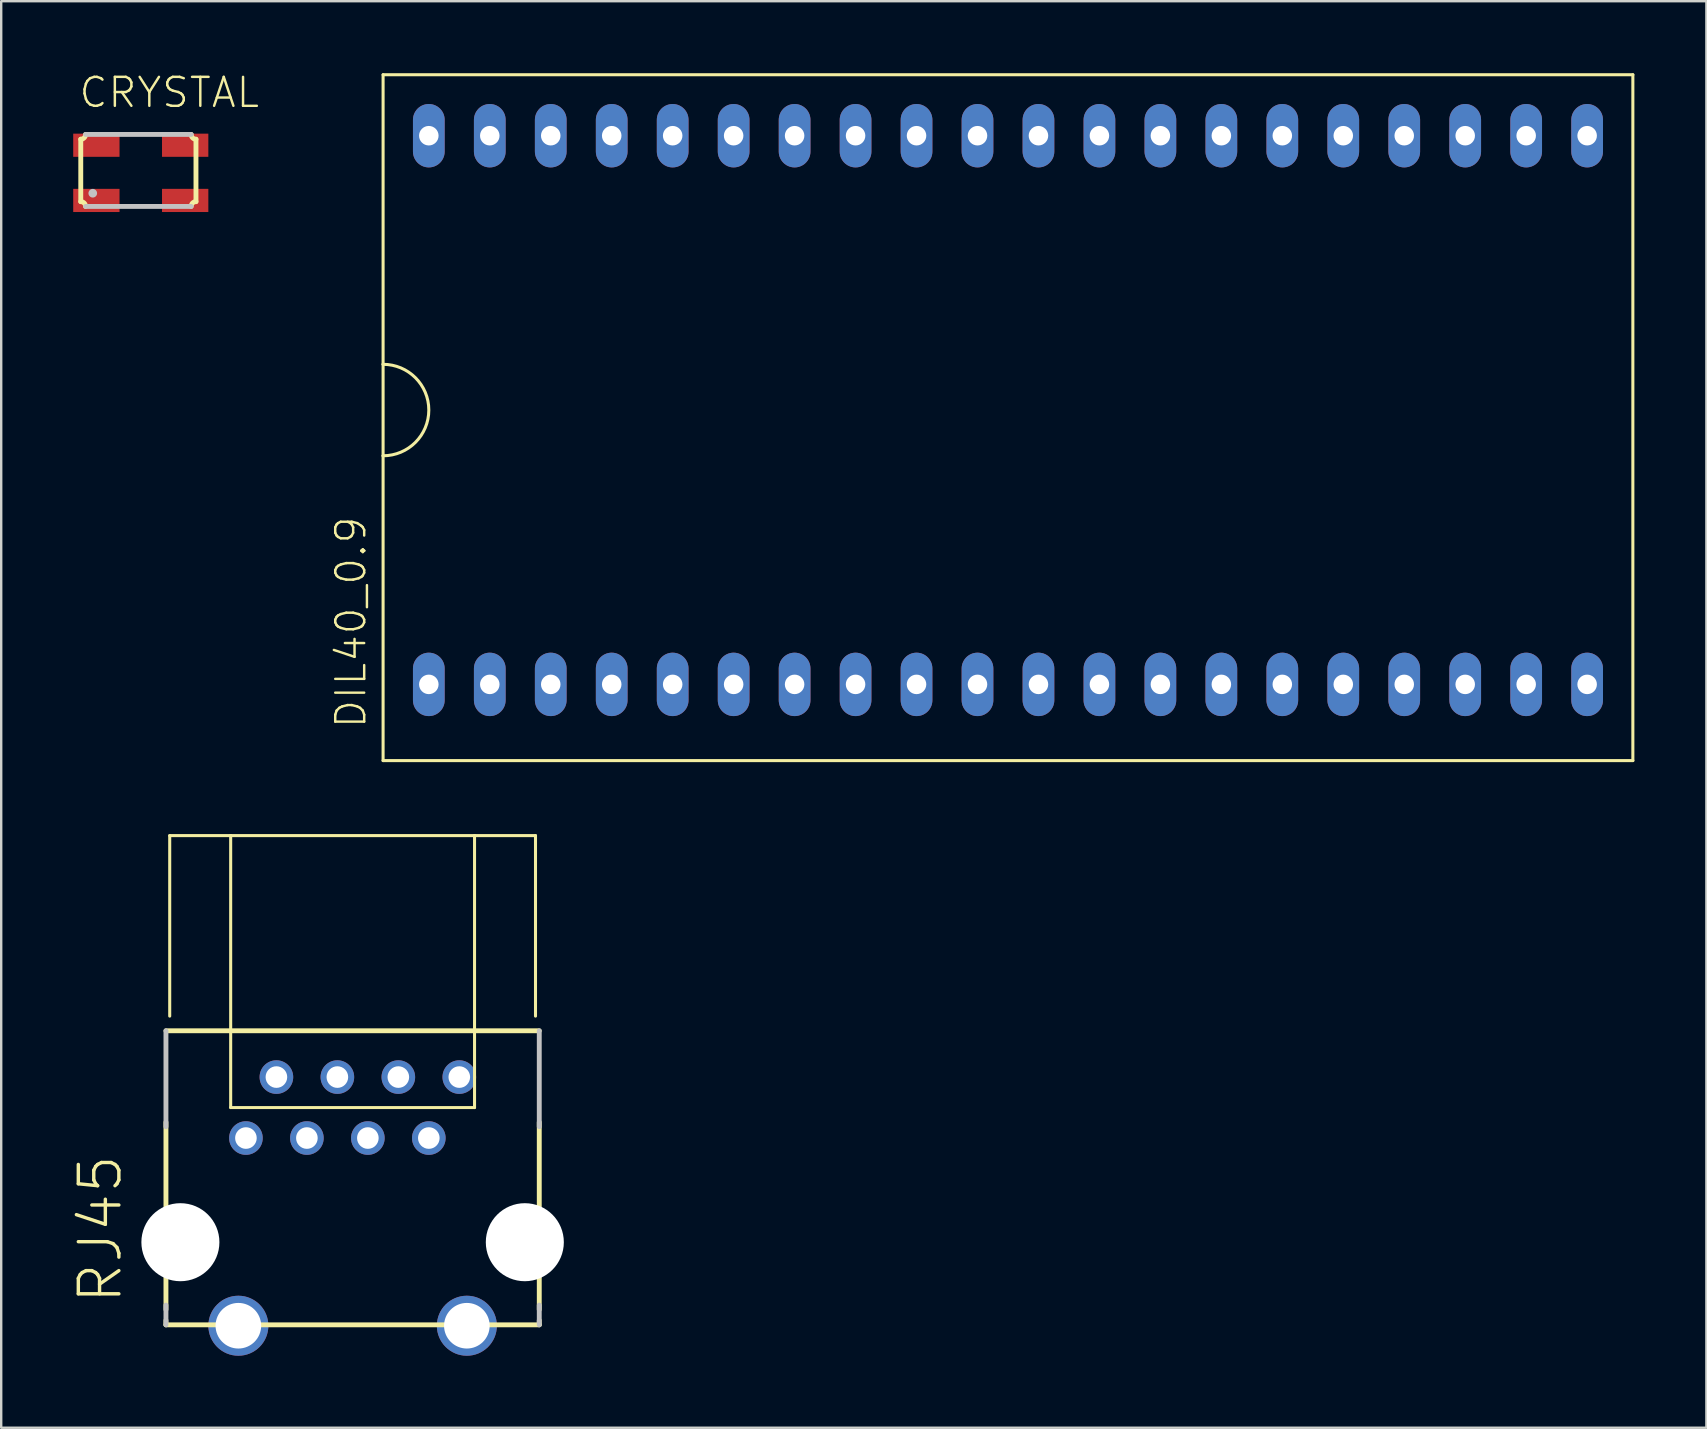
<source format=kicad_pcb>
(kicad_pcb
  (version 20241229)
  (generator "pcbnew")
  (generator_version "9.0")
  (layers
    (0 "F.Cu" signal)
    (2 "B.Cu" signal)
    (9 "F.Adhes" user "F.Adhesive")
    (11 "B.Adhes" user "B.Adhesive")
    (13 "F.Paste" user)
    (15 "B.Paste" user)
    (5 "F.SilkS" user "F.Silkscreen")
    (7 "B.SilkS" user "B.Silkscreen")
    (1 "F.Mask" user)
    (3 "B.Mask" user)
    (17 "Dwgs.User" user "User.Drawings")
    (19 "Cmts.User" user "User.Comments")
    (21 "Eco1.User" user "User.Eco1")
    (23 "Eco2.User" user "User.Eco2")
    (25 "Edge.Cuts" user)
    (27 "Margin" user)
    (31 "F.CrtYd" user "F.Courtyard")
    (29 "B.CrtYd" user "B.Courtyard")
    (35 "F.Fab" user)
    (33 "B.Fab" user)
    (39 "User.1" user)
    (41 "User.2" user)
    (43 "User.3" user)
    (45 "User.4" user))
  (footprint "DIL40_0.9"
    (layer "F.Cu")
    (at 37.676 14.034)
    (property "Reference" "DIL40_0.9" (at -25.4 13.335 90) (layer "F.SilkS") (effects (font (size 1.206 1.206) (thickness 0.102)) (justify left bottom)))
    (attr through_hole)
    (fp_line (start -24.765 -13.97) (end -24.765 -1.905) (stroke (width 0.127) (type solid)) (layer "F.SilkS"))
    (fp_line (start -24.765 -1.905) (end -24.765 1.905) (stroke (width 0.127) (type solid)) (layer "F.SilkS"))
    (fp_line (start -24.765 1.905) (end -24.765 14.605) (stroke (width 0.127) (type solid)) (layer "F.SilkS"))
    (fp_line (start -24.765 14.605) (end 27.305 14.605) (stroke (width 0.127) (type solid)) (layer "F.SilkS"))
    (fp_line (start 27.305 -13.97) (end -24.765 -13.97) (stroke (width 0.127) (type solid)) (layer "F.SilkS"))
    (fp_line (start 27.305 14.605) (end 27.305 -13.97) (stroke (width 0.127) (type solid)) (layer "F.SilkS"))
    (fp_arc (start -24.765 -1.905) (mid -22.86 0) (end -24.765 1.905) (stroke (width 0.127) (type solid)) (layer "F.SilkS"))
    (pad "1" thru_hole oval (at -22.86 11.43 90) (size 2.642 1.321) (drill 0.813) (layers "*.Cu" "*.Mask"))
    (pad "2" thru_hole oval (at -20.32 11.43 90) (size 2.642 1.321) (drill 0.813) (layers "*.Cu" "*.Mask"))
    (pad "3" thru_hole oval (at -17.78 11.43 90) (size 2.642 1.321) (drill 0.813) (layers "*.Cu" "*.Mask"))
    (pad "4" thru_hole oval (at -15.24 11.43 90) (size 2.642 1.321) (drill 0.813) (layers "*.Cu" "*.Mask"))
    (pad "5" thru_hole oval (at -12.7 11.43 90) (size 2.642 1.321) (drill 0.813) (layers "*.Cu" "*.Mask"))
    (pad "6" thru_hole oval (at -10.16 11.43 90) (size 2.642 1.321) (drill 0.813) (layers "*.Cu" "*.Mask"))
    (pad "7" thru_hole oval (at -7.62 11.43 90) (size 2.642 1.321) (drill 0.813) (layers "*.Cu" "*.Mask"))
    (pad "8" thru_hole oval (at -5.08 11.43 90) (size 2.642 1.321) (drill 0.813) (layers "*.Cu" "*.Mask"))
    (pad "9" thru_hole oval (at -2.54 11.43 90) (size 2.642 1.321) (drill 0.813) (layers "*.Cu" "*.Mask"))
    (pad "10" thru_hole oval (at 0 11.43 90) (size 2.642 1.321) (drill 0.813) (layers "*.Cu" "*.Mask"))
    (pad "11" thru_hole oval (at 2.54 11.43 90) (size 2.642 1.321) (drill 0.813) (layers "*.Cu" "*.Mask"))
    (pad "12" thru_hole oval (at 5.08 11.43 90) (size 2.642 1.321) (drill 0.813) (layers "*.Cu" "*.Mask"))
    (pad "13" thru_hole oval (at 7.62 11.43 90) (size 2.642 1.321) (drill 0.813) (layers "*.Cu" "*.Mask"))
    (pad "14" thru_hole oval (at 10.16 11.43 90) (size 2.642 1.321) (drill 0.813) (layers "*.Cu" "*.Mask"))
    (pad "15" thru_hole oval (at 12.7 11.43 90) (size 2.642 1.321) (drill 0.813) (layers "*.Cu" "*.Mask"))
    (pad "16" thru_hole oval (at 15.24 11.43 90) (size 2.642 1.321) (drill 0.813) (layers "*.Cu" "*.Mask"))
    (pad "17" thru_hole oval (at 17.78 11.43 90) (size 2.642 1.321) (drill 0.813) (layers "*.Cu" "*.Mask"))
    (pad "18" thru_hole oval (at 20.32 11.43 90) (size 2.642 1.321) (drill 0.813) (layers "*.Cu" "*.Mask"))
    (pad "19" thru_hole oval (at 22.86 11.43 90) (size 2.642 1.321) (drill 0.813) (layers "*.Cu" "*.Mask"))
    (pad "20" thru_hole oval (at 25.4 11.43 90) (size 2.642 1.321) (drill 0.813) (layers "*.Cu" "*.Mask"))
    (pad "21" thru_hole oval (at 25.4 -11.43 90) (size 2.642 1.321) (drill 0.813) (layers "*.Cu" "*.Mask"))
    (pad "22" thru_hole oval (at 22.86 -11.43 90) (size 2.642 1.321) (drill 0.813) (layers "*.Cu" "*.Mask"))
    (pad "23" thru_hole oval (at 20.32 -11.43 90) (size 2.642 1.321) (drill 0.813) (layers "*.Cu" "*.Mask"))
    (pad "24" thru_hole oval (at 17.78 -11.43 90) (size 2.642 1.321) (drill 0.813) (layers "*.Cu" "*.Mask"))
    (pad "25" thru_hole oval (at 15.24 -11.43 90) (size 2.642 1.321) (drill 0.813) (layers "*.Cu" "*.Mask"))
    (pad "26" thru_hole oval (at 12.7 -11.43 90) (size 2.642 1.321) (drill 0.813) (layers "*.Cu" "*.Mask"))
    (pad "27" thru_hole oval (at 10.16 -11.43 90) (size 2.642 1.321) (drill 0.813) (layers "*.Cu" "*.Mask"))
    (pad "28" thru_hole oval (at 7.62 -11.43 90) (size 2.642 1.321) (drill 0.813) (layers "*.Cu" "*.Mask"))
    (pad "29" thru_hole oval (at 5.08 -11.43 90) (size 2.642 1.321) (drill 0.813) (layers "*.Cu" "*.Mask"))
    (pad "30" thru_hole oval (at 2.54 -11.43 90) (size 2.642 1.321) (drill 0.813) (layers "*.Cu" "*.Mask"))
    (pad "31" thru_hole oval (at 0 -11.43 90) (size 2.642 1.321) (drill 0.813) (layers "*.Cu" "*.Mask"))
    (pad "32" thru_hole oval (at -2.54 -11.43 90) (size 2.642 1.321) (drill 0.813) (layers "*.Cu" "*.Mask"))
    (pad "33" thru_hole oval (at -5.08 -11.43 90) (size 2.642 1.321) (drill 0.813) (layers "*.Cu" "*.Mask"))
    (pad "34" thru_hole oval (at -7.62 -11.43 90) (size 2.642 1.321) (drill 0.813) (layers "*.Cu" "*.Mask"))
    (pad "35" thru_hole oval (at -10.16 -11.43 90) (size 2.642 1.321) (drill 0.813) (layers "*.Cu" "*.Mask"))
    (pad "36" thru_hole oval (at -12.7 -11.43 90) (size 2.642 1.321) (drill 0.813) (layers "*.Cu" "*.Mask"))
    (pad "37" thru_hole oval (at -15.24 -11.43 90) (size 2.642 1.321) (drill 0.813) (layers "*.Cu" "*.Mask"))
    (pad "38" thru_hole oval (at -17.78 -11.43 90) (size 2.642 1.321) (drill 0.813) (layers "*.Cu" "*.Mask"))
    (pad "39" thru_hole oval (at -20.32 -11.43 90) (size 2.642 1.321) (drill 0.813) (layers "*.Cu" "*.Mask"))
    (pad "40" thru_hole oval (at -22.86 -11.43 90) (size 2.642 1.321) (drill 0.813) (layers "*.Cu" "*.Mask")))
  (footprint "CRYSTAL"
    (layer "F.Cu")
    (at 2.815 4.151)
    (property "Reference" "CRYSTAL" (at -2.64 -2.64 0) (layer "F.SilkS") (effects (font (size 1.206 1.206) (thickness 0.102)) (justify left bottom)))
    (attr through_hole)
    (fp_line (start -2.5 1.2) (end -2.5 -1.4) (stroke (width 0.203) (type solid)) (layer "F.SilkS"))
    (fp_line (start 2.3 -1.4) (end 2.3 1.2) (stroke (width 0.203) (type solid)) (layer "F.SilkS"))
    (fp_arc (start -2.5 1.2) (mid -2.358579 1.258579) (end -2.3 1.4) (stroke (width 0.2032) (type solid)) (layer "F.SilkS"))
    (fp_arc (start -2.3 -1.6) (mid -2.358579 -1.458579) (end -2.5 -1.4) (stroke (width 0.2032) (type solid)) (layer "F.SilkS"))
    (fp_arc (start 2.1 1.4) (mid 2.158579 1.258579) (end 2.3 1.2) (stroke (width 0.2032) (type solid)) (layer "F.SilkS"))
    (fp_arc (start 2.3 -1.4) (mid 2.158579 -1.458579) (end 2.1 -1.6) (stroke (width 0.2032) (type solid)) (layer "F.SilkS"))
    (fp_line (start -2.3 -1.6) (end 2.1 -1.6) (stroke (width 0.203) (type solid)) (layer "Dwgs.User"))
    (fp_line (start 2.1 1.4) (end -2.3 1.4) (stroke (width 0.203) (type solid)) (layer "Dwgs.User"))
    (fp_circle (center -2 0.85) (end -1.82 0.85) (stroke (width 0) (type solid)) (fill yes) (layer "Dwgs.User"))
    (pad "NC1" smd rect (at -1.85 1.15) (size 1.93 0.965) (layers "F.Cu" "F.Mask" "F.Paste"))
    (pad "NC2" smd rect (at 1.85 -1.15 180) (size 1.93 0.965) (layers "F.Cu" "F.Mask" "F.Paste"))
    (pad "O1" smd rect (at -1.85 -1.15 180) (size 1.93 0.965) (layers "F.Cu" "F.Mask" "F.Paste"))
    (pad "O3" smd rect (at 1.85 1.15) (size 1.93 0.965) (layers "F.Cu" "F.Mask" "F.Paste")))
  (footprint "RJ45"
    (layer "F.Cu")
    (at 11.641 44.365)
    (property "Reference" "RJ45" (at -9.525 6.985 90) (layer "F.SilkS") (effects (font (size 1.689 1.689) (thickness 0.142)) (justify left bottom)))
    (attr through_hole)
    (fp_line (start -7.777 -4.469) (end 7.777 -4.469) (stroke (width 0.203) (type solid)) (layer "F.SilkS"))
    (fp_line (start -7.777 7.147) (end -7.777 -0.659) (stroke (width 0.203) (type solid)) (layer "F.SilkS"))
    (fp_line (start -7.777 7.782) (end -7.777 7.596) (stroke (width 0.203) (type solid)) (layer "F.SilkS"))
    (fp_line (start -7.62 -12.6) (end -5.08 -12.6) (stroke (width 0.127) (type solid)) (layer "F.SilkS"))
    (fp_line (start -7.62 -5.08) (end -7.62 -12.6) (stroke (width 0.127) (type solid)) (layer "F.SilkS"))
    (fp_line (start -5.08 -12.6) (end -5.08 -1.27) (stroke (width 0.127) (type solid)) (layer "F.SilkS"))
    (fp_line (start -5.08 -12.6) (end 5.08 -12.6) (stroke (width 0.127) (type solid)) (layer "F.SilkS"))
    (fp_line (start -5.08 -1.27) (end 5.08 -1.27) (stroke (width 0.127) (type solid)) (layer "F.SilkS"))
    (fp_line (start 5.08 -12.6) (end 7.62 -12.6) (stroke (width 0.127) (type solid)) (layer "F.SilkS"))
    (fp_line (start 5.08 -1.27) (end 5.08 -12.6) (stroke (width 0.127) (type solid)) (layer "F.SilkS"))
    (fp_line (start 7.62 -12.6) (end 7.62 -5.08) (stroke (width 0.127) (type solid)) (layer "F.SilkS"))
    (fp_line (start 7.777 -0.659) (end 7.777 7.147) (stroke (width 0.203) (type solid)) (layer "F.SilkS"))
    (fp_line (start 7.777 7.596) (end 7.777 7.782) (stroke (width 0.203) (type solid)) (layer "F.SilkS"))
    (fp_line (start 7.777 7.782) (end -7.777 7.782) (stroke (width 0.203) (type solid)) (layer "F.SilkS"))
    (fp_line (start -7.777 -0.473) (end -7.777 -4.469) (stroke (width 0.203) (type solid)) (layer "Dwgs.User"))
    (fp_line (start -7.777 7.782) (end -7.777 6.961) (stroke (width 0.203) (type solid)) (layer "Dwgs.User"))
    (fp_line (start 7.777 -4.469) (end 7.777 -0.473) (stroke (width 0.203) (type solid)) (layer "Dwgs.User"))
    (fp_line (start 7.777 6.961) (end 7.777 7.782) (stroke (width 0.203) (type solid)) (layer "Dwgs.User"))
    (pad "" np_thru_hole circle (at -7.175 4.34) (size 3.251 3.251) (drill 3.251) (layers "*.Cu"))
    (pad "" np_thru_hole circle (at 7.175 4.34) (size 3.251 3.251) (drill 3.251) (layers "*.Cu"))
    (pad "1" thru_hole circle (at -4.445 0) (size 1.4 1.4) (drill 0.9) (layers "*.Cu" "*.Mask"))
    (pad "2" thru_hole circle (at -3.175 -2.54) (size 1.4 1.4) (drill 0.9) (layers "*.Cu" "*.Mask"))
    (pad "3" thru_hole circle (at -1.905 0) (size 1.4 1.4) (drill 0.9) (layers "*.Cu" "*.Mask"))
    (pad "4" thru_hole circle (at -0.635 -2.54) (size 1.4 1.4) (drill 0.9) (layers "*.Cu" "*.Mask"))
    (pad "5" thru_hole circle (at 0.635 0) (size 1.4 1.4) (drill 0.9) (layers "*.Cu" "*.Mask"))
    (pad "6" thru_hole circle (at 1.905 -2.54) (size 1.4 1.4) (drill 0.9) (layers "*.Cu" "*.Mask"))
    (pad "7" thru_hole circle (at 3.175 0) (size 1.4 1.4) (drill 0.9) (layers "*.Cu" "*.Mask"))
    (pad "8" thru_hole circle (at 4.445 -2.54) (size 1.4 1.4) (drill 0.9) (layers "*.Cu" "*.Mask"))
    (pad "S1" thru_hole circle (at -4.76 7.82) (size 2.5 2.5) (drill 1.9) (layers "*.Cu" "*.Mask"))
    (pad "S2" thru_hole circle (at 4.76 7.82) (size 2.5 2.5) (drill 1.9) (layers "*.Cu" "*.Mask")))
  (gr_rect
    (start -3 -3)
    (end 68.045 56.435)
    (stroke (width 0.1) (type default))
    (fill no)
    (layer "Edge.Cuts")))
</source>
